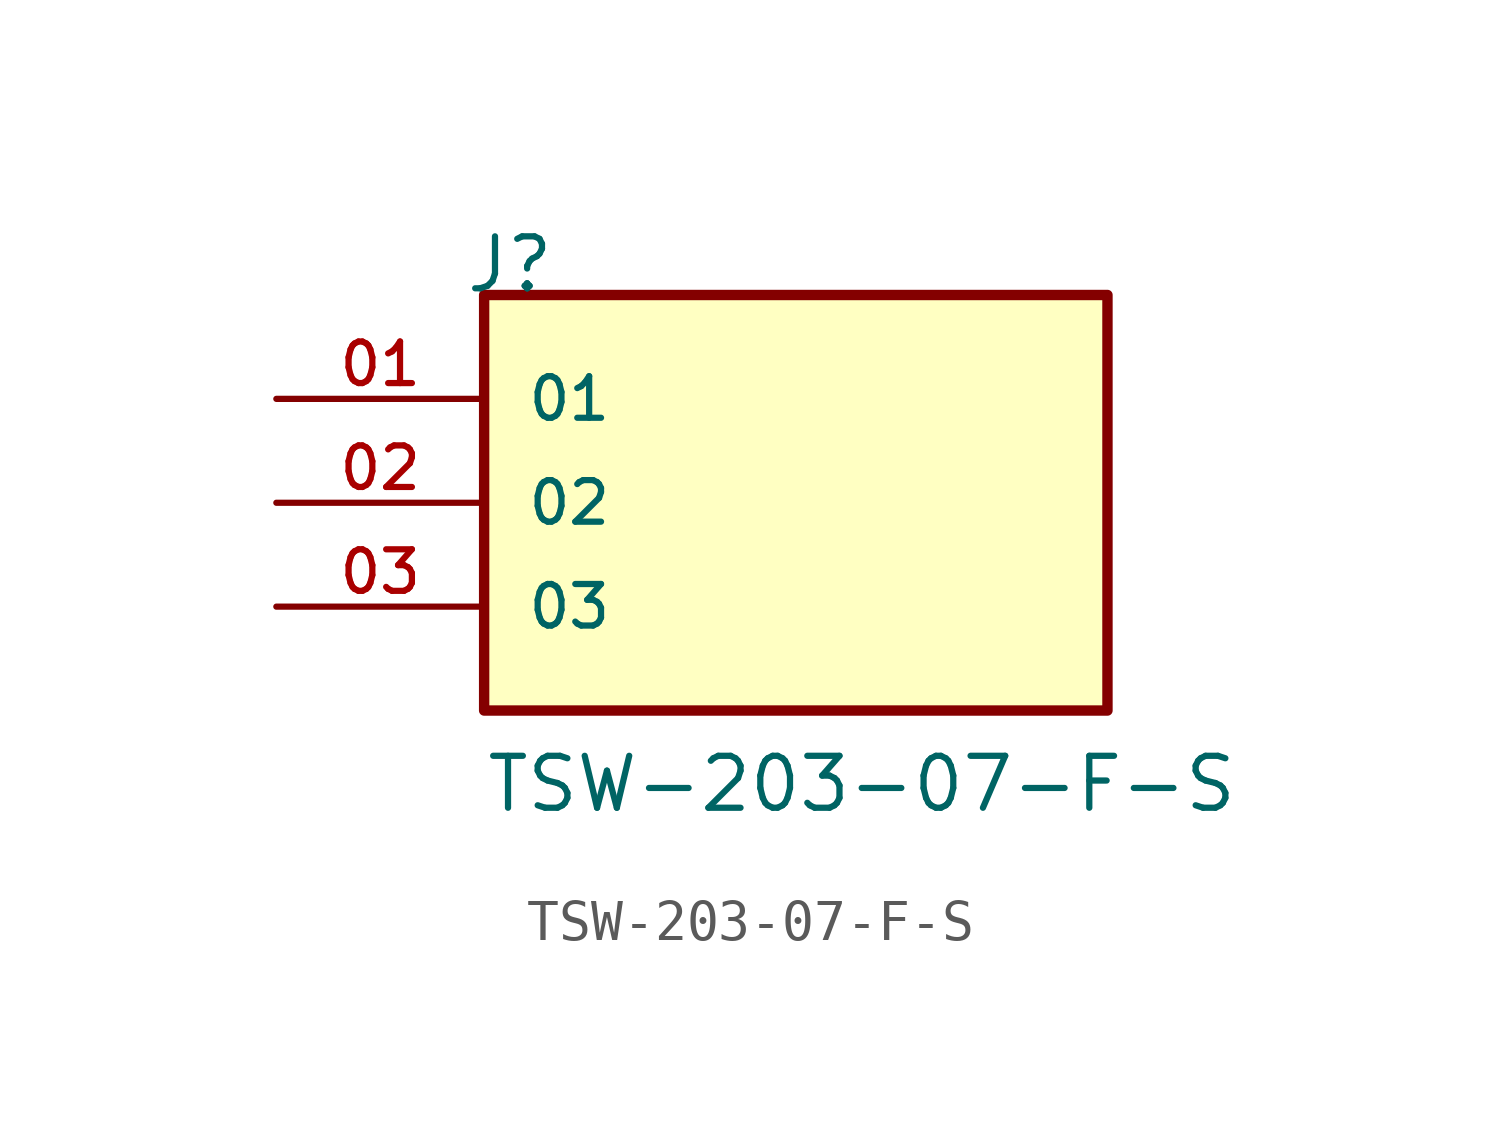
<source format=kicad_sym>
(kicad_symbol_lib
  (version 20211014)
  (generator kicad_symbol_editor)
  (symbol "TSW-203-07-F-S"
    (pin_names
      (offset 1.016))
    (property "Reference" "J"
      (at -8.12 5.08 0)
      (effects (font (size 1.27 1.27)) (justify bottom left)))
    (property "Value" "TSW-203-07-F-S"
      (at -7.62 -7.62 0)
      (effects (font (size 1.27 1.27)) (justify bottom left)))
    (symbol "TSW-203-07-F-S_0_0"
      (rectangle (start -7.62 -5.08) (end 7.62 5.08) (stroke (width 0.254)) (fill (type background)))
      (pin passive line (at -12.7 2.54 0) (length 5.08) (name "01" (effects (font (size 1.016 1.016)))) (number "01" (effects (font (size 1.016 1.016)))))
      (pin passive line (at -12.7 0.0 0) (length 5.08) (name "02" (effects (font (size 1.016 1.016)))) (number "02" (effects (font (size 1.016 1.016)))))
      (pin passive line (at -12.7 -2.54 0) (length 5.08) (name "03" (effects (font (size 1.016 1.016)))) (number "03" (effects (font (size 1.016 1.016))))))))
</source>
